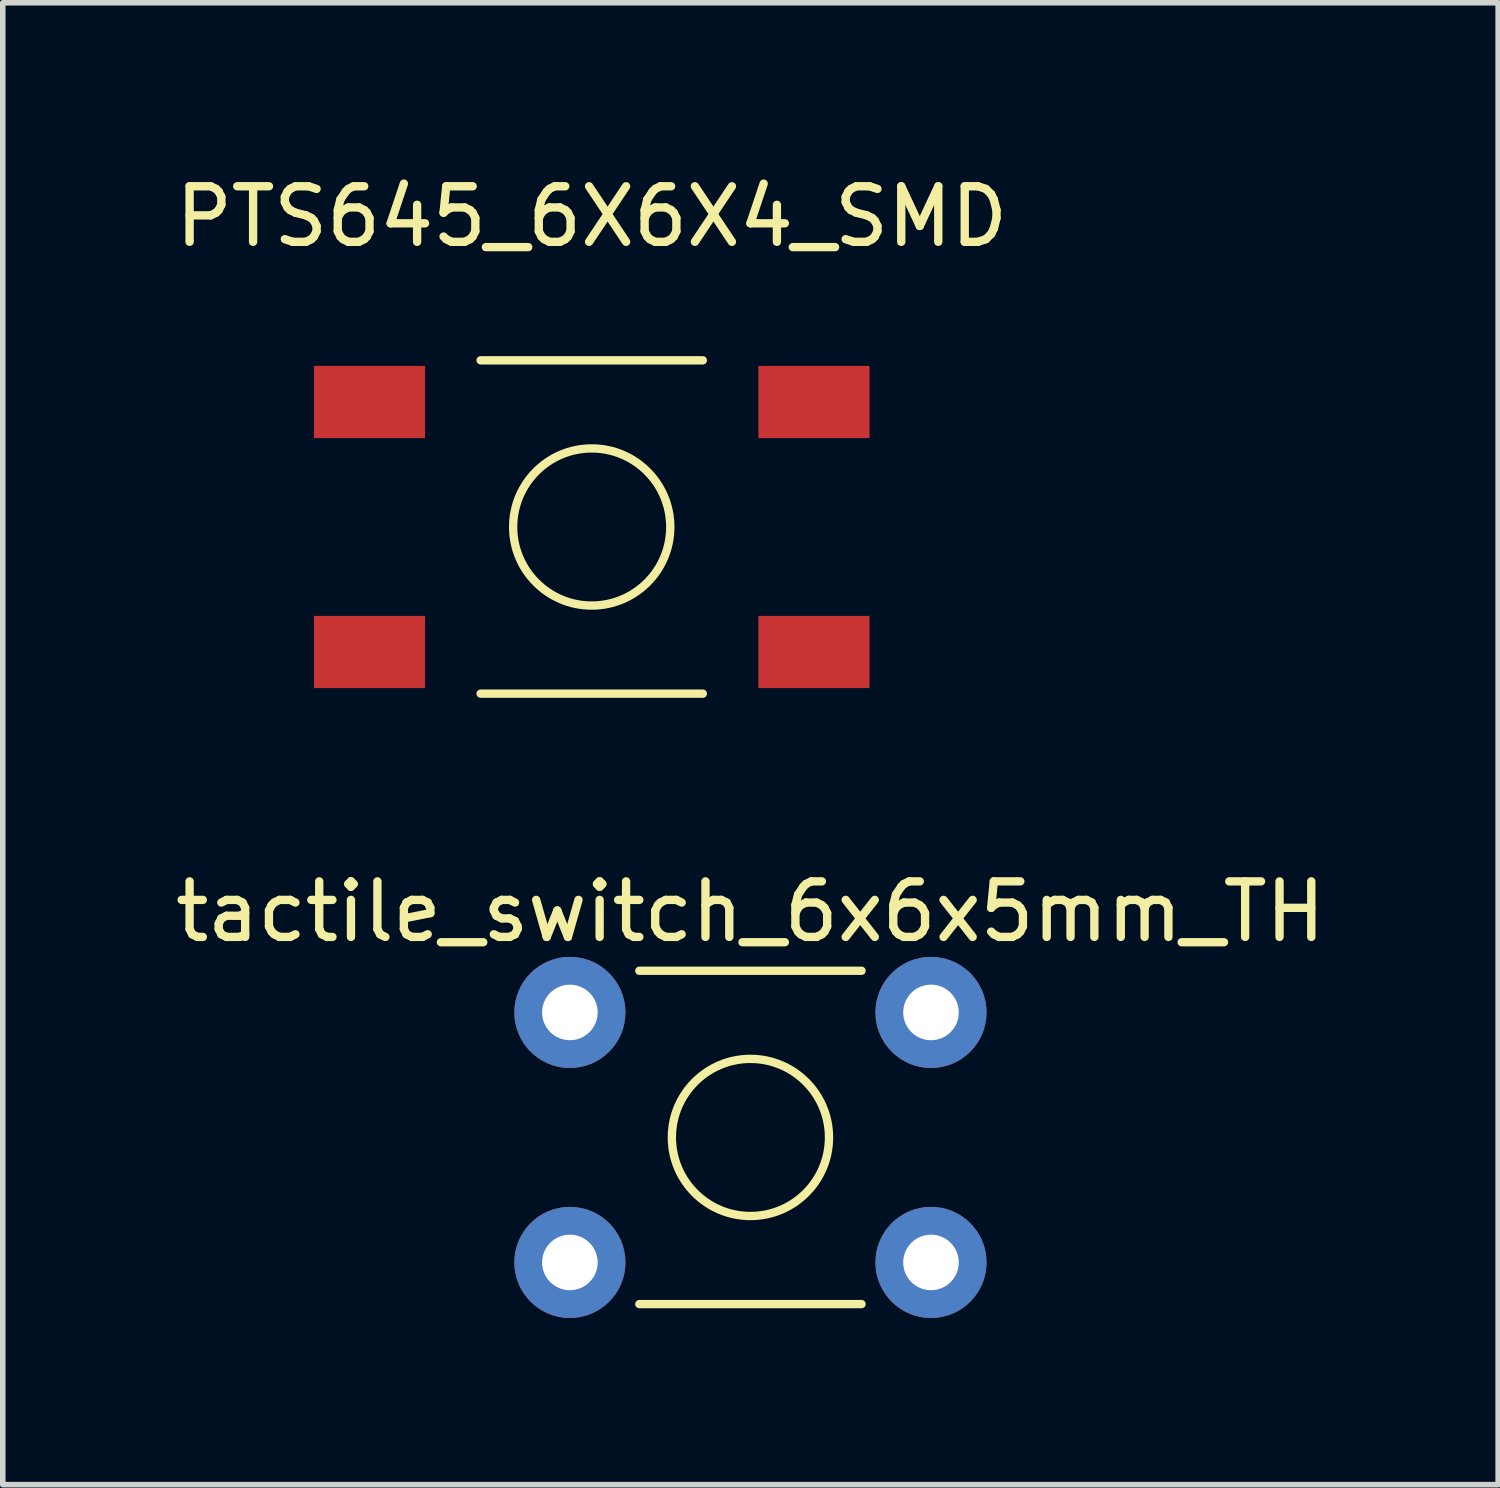
<source format=kicad_pcb>
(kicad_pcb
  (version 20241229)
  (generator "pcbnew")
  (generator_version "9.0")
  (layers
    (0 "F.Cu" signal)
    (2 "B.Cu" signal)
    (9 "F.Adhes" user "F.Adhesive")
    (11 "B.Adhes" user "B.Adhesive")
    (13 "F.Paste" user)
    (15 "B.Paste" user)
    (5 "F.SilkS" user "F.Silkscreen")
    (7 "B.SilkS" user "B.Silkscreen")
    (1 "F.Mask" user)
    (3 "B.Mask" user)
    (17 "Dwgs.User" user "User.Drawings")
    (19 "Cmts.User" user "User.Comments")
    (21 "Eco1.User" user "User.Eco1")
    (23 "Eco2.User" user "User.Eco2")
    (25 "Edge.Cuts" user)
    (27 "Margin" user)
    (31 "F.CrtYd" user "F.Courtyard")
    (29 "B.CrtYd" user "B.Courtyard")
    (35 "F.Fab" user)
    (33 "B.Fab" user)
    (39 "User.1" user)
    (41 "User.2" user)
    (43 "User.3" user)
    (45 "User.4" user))
  (footprint "PTS645_6X6X4_SMD"
    (layer "F.Cu")
    (at 7.601 6.436)
    (property "Reference" "PTS645_6X6X4_SMD" (at 0 -5.588 0) (layer "F.SilkS") (effects (font (size 1 1) (thickness 0.15))))
    (attr through_hole)
    (fp_line (start 2 -3) (end -2 -3) (stroke (width 0.15) (type solid)) (layer "F.SilkS"))
    (fp_line (start 2 3) (end -2 3) (stroke (width 0.15) (type solid)) (layer "F.SilkS"))
    (fp_circle (center 0 0) (end -1 -1) (stroke (width 0.15) (type solid)) (fill no) (layer "F.SilkS"))
    (pad "1" smd rect (at -4 -2.25) (size 2 1.3) (layers "F.Cu" "F.Mask" "F.Paste"))
    (pad "2" smd rect (at 4 -2.25) (size 2 1.3) (layers "F.Cu" "F.Mask" "F.Paste"))
    (pad "3" smd rect (at -4 2.25) (size 2 1.3) (layers "F.Cu" "F.Mask" "F.Paste"))
    (pad "4" smd rect (at 4 2.25) (size 2 1.3) (layers "F.Cu" "F.Mask" "F.Paste")))
  (footprint "tactile_switch_6x6x5mm_TH"
    (layer "F.Cu")
    (at 10.458 17.424)
    (property "Reference" "tactile_switch_6x6x5mm_TH" (at 0 -4.064 0) (layer "F.SilkS") (effects (font (size 1 1) (thickness 0.15))))
    (attr through_hole)
    (fp_line (start 2 -3) (end -2 -3) (stroke (width 0.15) (type solid)) (layer "F.SilkS"))
    (fp_line (start 2 3) (end -2 3) (stroke (width 0.15) (type solid)) (layer "F.SilkS"))
    (fp_circle (center 0 0) (end -1 -1) (stroke (width 0.15) (type solid)) (fill no) (layer "F.SilkS"))
    (pad "1" thru_hole circle (at -3.25 -2.25) (size 2 2) (drill 1) (layers "*.Cu" "*.Mask"))
    (pad "2" thru_hole circle (at 3.25 -2.25) (size 2 2) (drill 1) (layers "*.Cu" "*.Mask"))
    (pad "3" thru_hole circle (at -3.25 2.25) (size 2 2) (drill 1) (layers "*.Cu" "*.Mask"))
    (pad "4" thru_hole circle (at 3.25 2.25) (size 2 2) (drill 1) (layers "*.Cu" "*.Mask")))
  (gr_rect
    (start -3 -3)
    (end 23.917 23.674)
    (stroke (width 0.1) (type default))
    (fill no)
    (layer "Edge.Cuts")))
</source>
